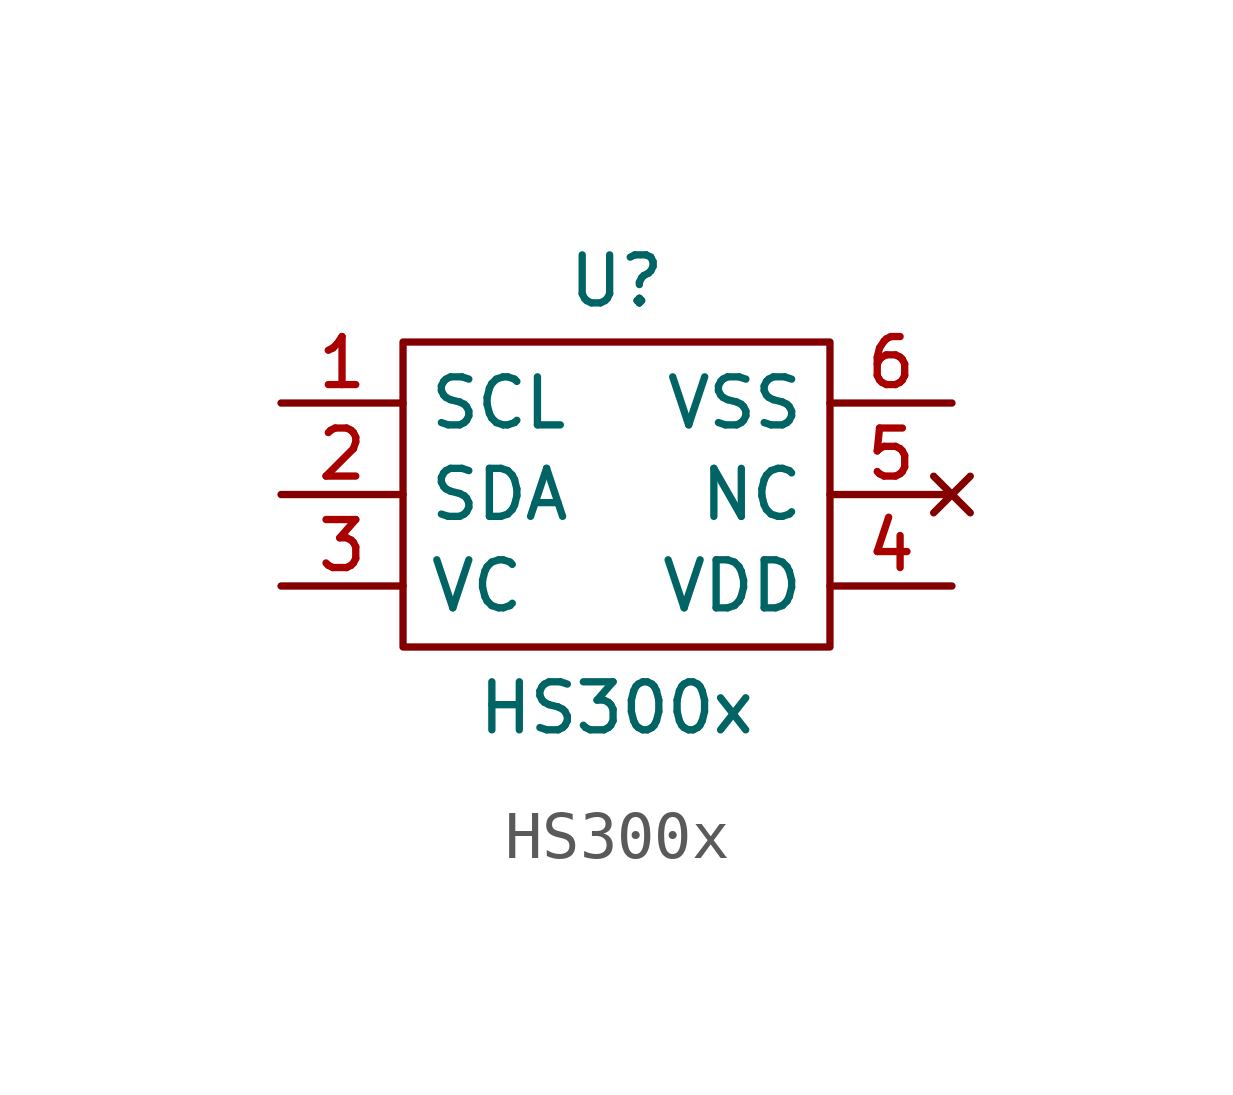
<source format=kicad_sym>
(kicad_symbol_lib
  (version 20211014)
  (generator kicad_symbol_editor)
  (symbol "HS300x"
    (property "Reference" "U"
      (at 0 4.445 0)
      (effects (font (size 1 1))))
    (property "Value" "HS300x"
      (at 0 -4.445 0)
      (effects (font (size 1 1))))
    (symbol "HS300x_0_1"
      (rectangle (start -4.445 3.175) (end 4.445 -3.175) (stroke (width 0.152) (type default) (color 0 0 0 0)) (fill (type none))))
    (symbol "HS300x_1_1"
      (pin input line (at -6.985 1.905 0) (length 2.54) (name "SCL" (effects (font (size 1 1)))) (number "1" (effects (font (size 1 1)))))
      (pin bidirectional line (at -6.985 0 0) (length 2.54) (name "SDA" (effects (font (size 1 1)))) (number "2" (effects (font (size 1 1)))))
      (pin power_out line (at -6.985 -1.905 0) (length 2.54) (name "VC" (effects (font (size 1 1)))) (number "3" (effects (font (size 1 1)))))
      (pin power_in line (at 6.985 -1.905 180) (length 2.54) (name "VDD" (effects (font (size 1 1)))) (number "4" (effects (font (size 1 1)))))
      (pin no_connect line (at 6.985 0 180) (length 2.54) (name "NC" (effects (font (size 1 1)))) (number "5" (effects (font (size 1 1)))))
      (pin power_in line (at 6.985 1.905 180) (length 2.54) (name "VSS" (effects (font (size 1 1)))) (number "6" (effects (font (size 1 1))))))))
</source>
